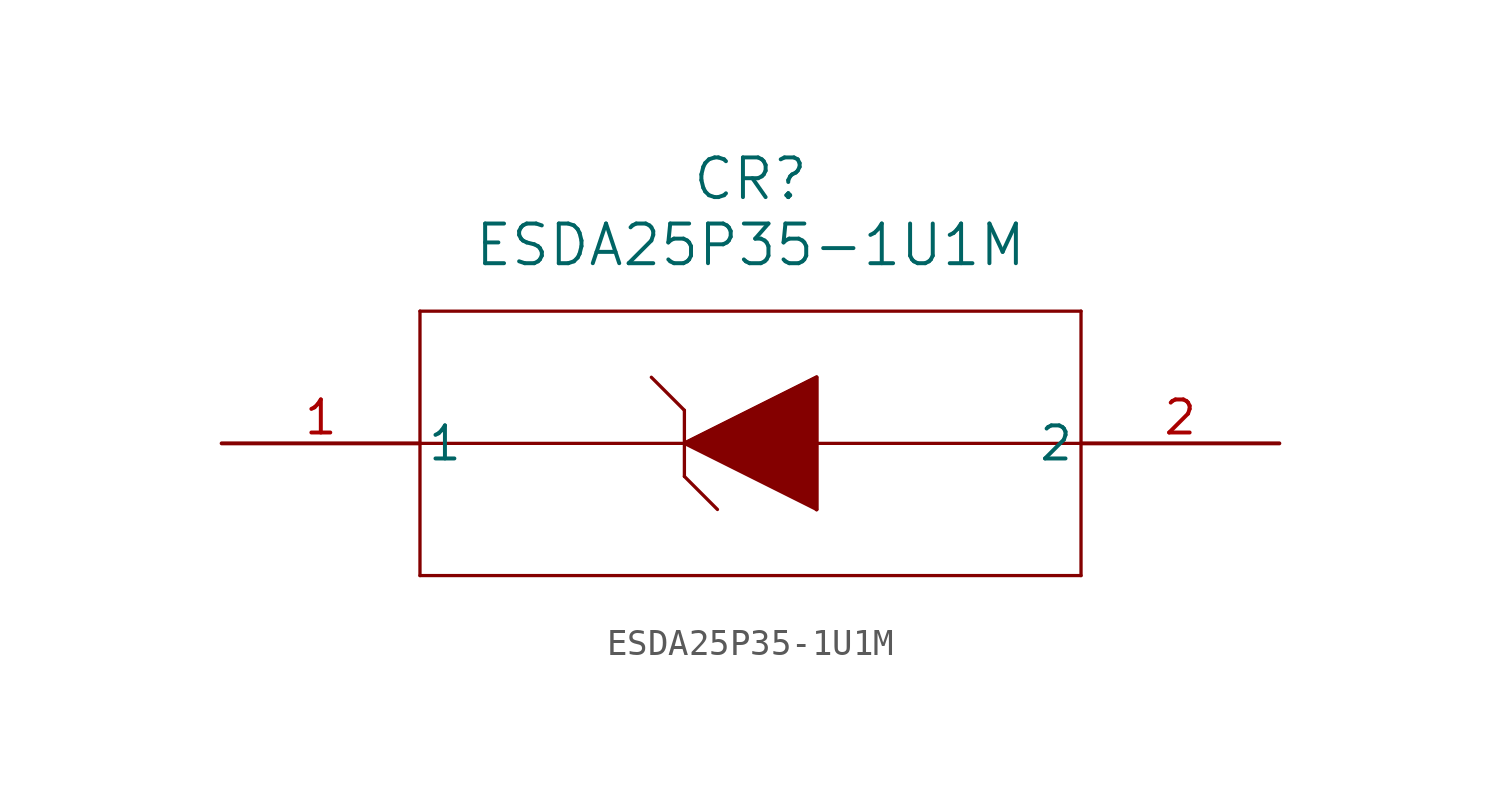
<source format=kicad_sym>
(kicad_symbol_lib
  (version 20211014)
  (generator kicad_symbol_editor)
  (symbol "ESDA25P35-1U1M"
    (pin_names
      (offset 0.254))
    (property "Reference" "CR"
      (at 20.32 10.16 0)
      (effects (font (size 1.524 1.524))))
    (property "Value" "ESDA25P35-1U1M"
      (at 20.32 7.62 0)
      (effects (font (size 1.524 1.524))))
    (symbol "ESDA25P35-1U1M_0_1"
      (polyline (pts (xy 7.62 5.08) (xy 7.62 -5.08)) (stroke (width 0.127) (type default) (color 0 0 0 0)) (fill (type none)))
      (polyline (pts (xy 7.62 -5.08) (xy 33.02 -5.08)) (stroke (width 0.127) (type default) (color 0 0 0 0)) (fill (type none)))
      (polyline (pts (xy 33.02 -5.08) (xy 33.02 5.08)) (stroke (width 0.127) (type default) (color 0 0 0 0)) (fill (type none)))
      (polyline (pts (xy 33.02 5.08) (xy 7.62 5.08)) (stroke (width 0.127) (type default) (color 0 0 0 0)) (fill (type none)))
      (polyline (pts (xy 7.62 0) (xy 33.02 0)) (stroke (width 0.127) (type default) (color 0 0 0 0)) (fill (type none)))
      (polyline (pts (xy 22.86 2.54) (xy 17.78 0)) (stroke (width 0.127) (type default) (color 0 0 0 0)) (fill (type none)))
      (polyline (pts (xy 17.78 0) (xy 22.86 -2.54)) (stroke (width 0.127) (type default) (color 0 0 0 0)) (fill (type none)))
      (polyline (pts (xy 22.86 -2.54) (xy 22.86 2.54)) (stroke (width 0.127) (type default) (color 0 0 0 0)) (fill (type none)))
      (polyline (pts (xy 17.78 1.27) (xy 17.78 -1.27)) (stroke (width 0.127) (type default) (color 0 0 0 0)) (fill (type none)))
      (polyline (pts (xy 19.05 -2.54) (xy 17.78 -1.27)) (stroke (width 0.127) (type default) (color 0 0 0 0)) (fill (type none)))
      (polyline (pts (xy 17.78 1.27) (xy 16.51 2.54)) (stroke (width 0.127) (type default) (color 0 0 0 0)) (fill (type none)))
      (polyline (pts (xy 17.78 0) (xy 22.86 2.54) (xy 22.86 -2.54)) (stroke (width 0) (type default) (color 0 0 0 0)) (fill (type outline)))
      (pin unspecified line (at 0 0 0) (length 7.62) (name "1" (effects (font (size 1.27 1.27)))) (number "1" (effects (font (size 1.27 1.27)))))
      (pin unspecified line (at 40.64 0 180) (length 7.62) (name "2" (effects (font (size 1.27 1.27)))) (number "2" (effects (font (size 1.27 1.27))))))))
</source>
